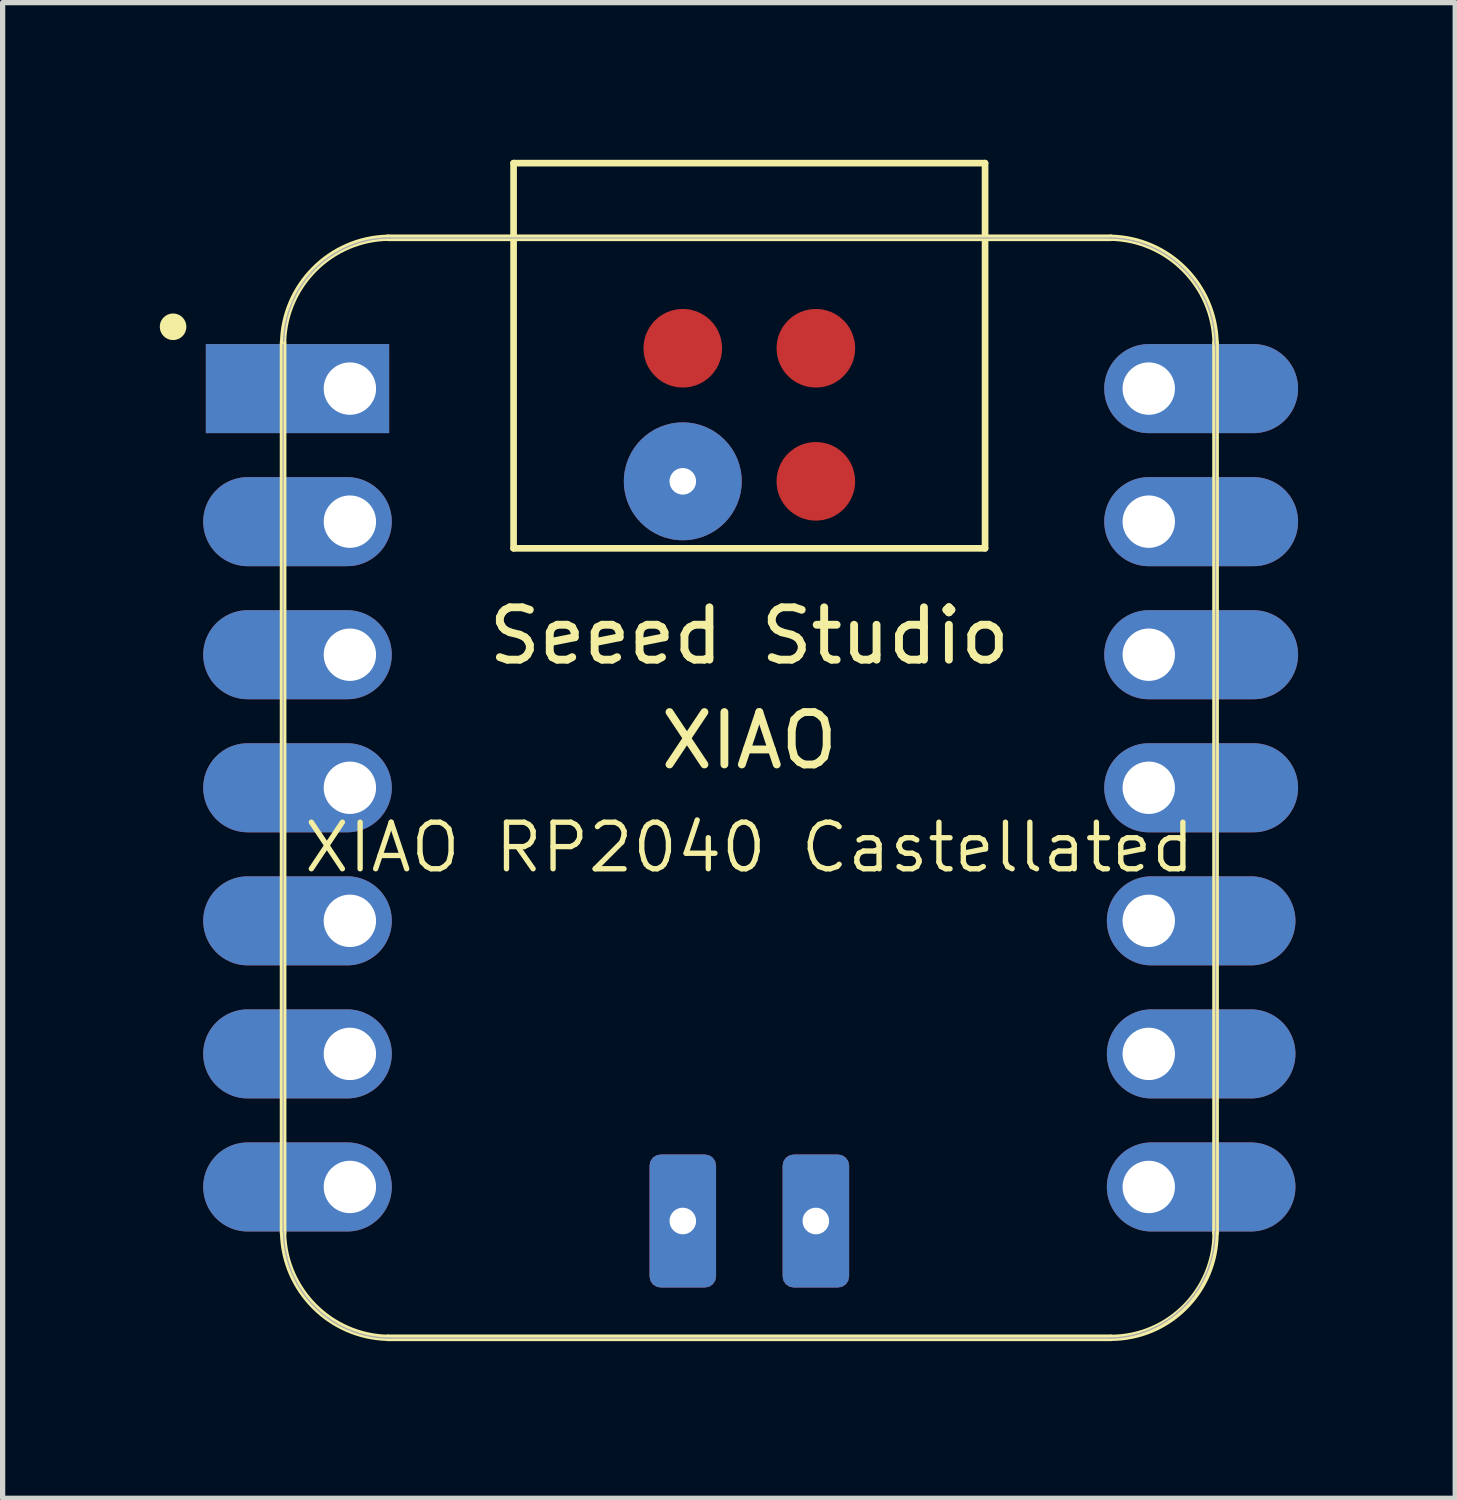
<source format=kicad_pcb>
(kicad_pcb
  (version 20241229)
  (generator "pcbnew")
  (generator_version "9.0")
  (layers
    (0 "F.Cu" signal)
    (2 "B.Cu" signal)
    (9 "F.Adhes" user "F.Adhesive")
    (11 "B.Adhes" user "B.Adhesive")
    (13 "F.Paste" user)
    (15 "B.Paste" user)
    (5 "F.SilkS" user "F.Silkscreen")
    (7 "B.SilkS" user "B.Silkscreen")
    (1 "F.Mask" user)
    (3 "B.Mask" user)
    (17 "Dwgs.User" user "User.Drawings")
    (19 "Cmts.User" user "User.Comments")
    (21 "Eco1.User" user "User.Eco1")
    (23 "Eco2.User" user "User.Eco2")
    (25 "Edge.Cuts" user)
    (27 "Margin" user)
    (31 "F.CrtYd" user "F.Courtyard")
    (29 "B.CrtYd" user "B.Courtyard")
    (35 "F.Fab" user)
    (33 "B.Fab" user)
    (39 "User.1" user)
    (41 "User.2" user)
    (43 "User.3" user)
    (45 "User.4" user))
  (footprint "XIAO RP2040 Castellated"
    (layer "F.Cu")
    (at 11.254 11.988)
    (property "Reference" "XIAO RP2040 Castellated" (at 0 1.14 0) (layer "F.SilkS") (effects (font (size 0.889 0.889) (thickness 0.102))))
    (attr smd)
    (fp_line (start -8.9 -8.5) (end -8.9 8.5) (stroke (width 0.127) (type solid)) (layer "F.SilkS"))
    (fp_line (start -6.9 10.5) (end 6.9 10.5) (stroke (width 0.127) (type solid)) (layer "F.SilkS"))
    (fp_line (start -4.5 -11.924) (end 4.5 -11.924) (stroke (width 0.127) (type solid)) (layer "F.SilkS"))
    (fp_line (start -4.5 -4.571) (end -4.5 -11.924) (stroke (width 0.127) (type solid)) (layer "F.SilkS"))
    (fp_line (start 4.5 -11.924) (end 4.5 -4.571) (stroke (width 0.127) (type solid)) (layer "F.SilkS"))
    (fp_line (start 4.5 -4.571) (end -4.5 -4.571) (stroke (width 0.127) (type solid)) (layer "F.SilkS"))
    (fp_line (start 6.9 -10.499) (end -6.9 -10.499) (stroke (width 0.127) (type solid)) (layer "F.SilkS"))
    (fp_line (start 8.9 8.5) (end 8.9 -8.5) (stroke (width 0.127) (type solid)) (layer "F.SilkS"))
    (fp_arc (start -8.9 -8.5) (mid -8.301491 -9.901491) (end -6.9 -10.5) (stroke (width 0.12) (type solid)) (layer "F.SilkS"))
    (fp_arc (start -6.9 10.5) (mid -8.301423 9.901423) (end -8.9 8.5) (stroke (width 0.12) (type solid)) (layer "F.SilkS"))
    (fp_arc (start 6.9 -10.5) (mid 8.301491 -9.901491) (end 8.9 -8.5) (stroke (width 0.12) (type solid)) (layer "F.SilkS"))
    (fp_arc (start 8.9 8.5) (mid 8.314214 9.914214) (end 6.9 10.5) (stroke (width 0.12) (type solid)) (layer "F.SilkS"))
    (fp_circle (center -11 -8.8) (end -11 -9.054) (stroke (width 0) (type solid)) (fill yes) (layer "F.SilkS"))
    (fp_poly (pts (xy -8.888 -8.562) (xy -8.885 -8.61) (xy -8.881 -8.659)) (stroke (width 0.025) (type solid)) (fill no) (layer "F.SilkS"))
    (fp_poly (pts (xy 8.889 8.522) (xy 8.888 8.571) (xy 8.885 8.62) (xy 8.881 8.669) (xy 8.875 8.717) (xy 8.869 8.766) (xy 8.861 8.815) (xy 8.852 8.863) (xy 8.842 8.911)) (stroke (width 0.025) (type solid)) (fill no) (layer "F.SilkS"))
    (fp_line (start -8.9 -8.463) (end -8.9 8.473) (stroke (width 0.025) (type solid)) (layer "F.Fab"))
    (fp_line (start -8.89 8.473) (end -8.889 8.522) (stroke (width 0.025) (type solid)) (layer "F.Fab"))
    (fp_line (start -8.889 8.522) (end -8.888 8.571) (stroke (width 0.025) (type solid)) (layer "F.Fab"))
    (fp_line (start -8.888 -8.562) (end -8.889 -8.512) (stroke (width 0.025) (type solid)) (layer "F.Fab"))
    (fp_line (start -8.888 8.571) (end -8.885 8.62) (stroke (width 0.025) (type solid)) (layer "F.Fab"))
    (fp_line (start -8.885 -8.61) (end -8.888 -8.562) (stroke (width 0.025) (type solid)) (layer "F.Fab"))
    (fp_line (start -8.885 8.62) (end -8.881 8.669) (stroke (width 0.025) (type solid)) (layer "F.Fab"))
    (fp_line (start -8.881 -8.659) (end -8.885 -8.61) (stroke (width 0.025) (type solid)) (layer "F.Fab"))
    (fp_line (start -8.881 8.669) (end -8.875 8.717) (stroke (width 0.025) (type solid)) (layer "F.Fab"))
    (fp_line (start -8.875 -8.708) (end -8.881 -8.659) (stroke (width 0.025) (type solid)) (layer "F.Fab"))
    (fp_line (start -8.875 8.717) (end -8.869 8.766) (stroke (width 0.025) (type solid)) (layer "F.Fab"))
    (fp_line (start -8.869 -8.757) (end -8.875 -8.708) (stroke (width 0.025) (type solid)) (layer "F.Fab"))
    (fp_line (start -8.869 8.766) (end -8.861 8.815) (stroke (width 0.025) (type solid)) (layer "F.Fab"))
    (fp_line (start -8.861 -8.806) (end -8.869 -8.757) (stroke (width 0.025) (type solid)) (layer "F.Fab"))
    (fp_line (start -8.861 8.815) (end -8.852 8.863) (stroke (width 0.025) (type solid)) (layer "F.Fab"))
    (fp_line (start -8.852 -8.854) (end -8.861 -8.806) (stroke (width 0.025) (type solid)) (layer "F.Fab"))
    (fp_line (start -8.852 8.863) (end -8.842 8.911) (stroke (width 0.025) (type solid)) (layer "F.Fab"))
    (fp_line (start -8.842 -8.902) (end -8.852 -8.854) (stroke (width 0.025) (type solid)) (layer "F.Fab"))
    (fp_line (start -8.842 8.911) (end -8.831 8.959) (stroke (width 0.025) (type solid)) (layer "F.Fab"))
    (fp_line (start -8.831 -8.95) (end -8.842 -8.902) (stroke (width 0.025) (type solid)) (layer "F.Fab"))
    (fp_line (start -8.831 8.959) (end -8.819 9.006) (stroke (width 0.025) (type solid)) (layer "F.Fab"))
    (fp_line (start -8.819 -8.997) (end -8.831 -8.95) (stroke (width 0.025) (type solid)) (layer "F.Fab"))
    (fp_line (start -8.819 9.006) (end -8.805 9.054) (stroke (width 0.025) (type solid)) (layer "F.Fab"))
    (fp_line (start -8.805 -9.045) (end -8.819 -8.997) (stroke (width 0.025) (type solid)) (layer "F.Fab"))
    (fp_line (start -8.805 9.054) (end -8.79 9.1) (stroke (width 0.025) (type solid)) (layer "F.Fab"))
    (fp_line (start -8.79 -9.091) (end -8.805 -9.045) (stroke (width 0.025) (type solid)) (layer "F.Fab"))
    (fp_line (start -8.79 9.1) (end -8.775 9.147) (stroke (width 0.025) (type solid)) (layer "F.Fab"))
    (fp_line (start -8.775 -9.138) (end -8.79 -9.091) (stroke (width 0.025) (type solid)) (layer "F.Fab"))
    (fp_line (start -8.775 9.147) (end -8.758 9.193) (stroke (width 0.025) (type solid)) (layer "F.Fab"))
    (fp_line (start -8.758 -9.184) (end -8.775 -9.138) (stroke (width 0.025) (type solid)) (layer "F.Fab"))
    (fp_line (start -8.758 9.193) (end -8.74 9.239) (stroke (width 0.025) (type solid)) (layer "F.Fab"))
    (fp_line (start -8.74 -9.23) (end -8.758 -9.184) (stroke (width 0.025) (type solid)) (layer "F.Fab"))
    (fp_line (start -8.74 9.239) (end -8.721 9.284) (stroke (width 0.025) (type solid)) (layer "F.Fab"))
    (fp_line (start -8.721 -9.275) (end -8.74 -9.23) (stroke (width 0.025) (type solid)) (layer "F.Fab"))
    (fp_line (start -8.721 9.284) (end -8.701 9.329) (stroke (width 0.025) (type solid)) (layer "F.Fab"))
    (fp_line (start -8.701 -9.32) (end -8.721 -9.275) (stroke (width 0.025) (type solid)) (layer "F.Fab"))
    (fp_line (start -8.701 9.329) (end -8.679 9.373) (stroke (width 0.025) (type solid)) (layer "F.Fab"))
    (fp_line (start -8.679 -9.364) (end -8.701 -9.32) (stroke (width 0.025) (type solid)) (layer "F.Fab"))
    (fp_line (start -8.679 9.373) (end -8.657 9.417) (stroke (width 0.025) (type solid)) (layer "F.Fab"))
    (fp_line (start -8.657 -9.408) (end -8.679 -9.364) (stroke (width 0.025) (type solid)) (layer "F.Fab"))
    (fp_line (start -8.657 9.417) (end -8.634 9.46) (stroke (width 0.025) (type solid)) (layer "F.Fab"))
    (fp_line (start -8.634 -9.451) (end -8.657 -9.408) (stroke (width 0.025) (type solid)) (layer "F.Fab"))
    (fp_line (start -8.634 9.46) (end -8.61 9.503) (stroke (width 0.025) (type solid)) (layer "F.Fab"))
    (fp_line (start -8.61 -9.494) (end -8.634 -9.451) (stroke (width 0.025) (type solid)) (layer "F.Fab"))
    (fp_line (start -8.61 9.503) (end -8.584 9.545) (stroke (width 0.025) (type solid)) (layer "F.Fab"))
    (fp_line (start -8.584 -9.536) (end -8.61 -9.494) (stroke (width 0.025) (type solid)) (layer "F.Fab"))
    (fp_line (start -8.584 9.545) (end -8.558 9.586) (stroke (width 0.025) (type solid)) (layer "F.Fab"))
    (fp_line (start -8.558 -9.577) (end -8.584 -9.536) (stroke (width 0.025) (type solid)) (layer "F.Fab"))
    (fp_line (start -8.558 9.586) (end -8.53 9.627) (stroke (width 0.025) (type solid)) (layer "F.Fab"))
    (fp_line (start -8.53 -9.618) (end -8.558 -9.577) (stroke (width 0.025) (type solid)) (layer "F.Fab"))
    (fp_line (start -8.53 9.627) (end -8.502 9.667) (stroke (width 0.025) (type solid)) (layer "F.Fab"))
    (fp_line (start -8.502 -9.658) (end -8.53 -9.618) (stroke (width 0.025) (type solid)) (layer "F.Fab"))
    (fp_line (start -8.502 9.667) (end -8.473 9.706) (stroke (width 0.025) (type solid)) (layer "F.Fab"))
    (fp_line (start -8.473 -9.697) (end -8.502 -9.658) (stroke (width 0.025) (type solid)) (layer "F.Fab"))
    (fp_line (start -8.473 9.706) (end -8.442 9.745) (stroke (width 0.025) (type solid)) (layer "F.Fab"))
    (fp_line (start -8.442 -9.736) (end -8.473 -9.697) (stroke (width 0.025) (type solid)) (layer "F.Fab"))
    (fp_line (start -8.442 9.745) (end -8.411 9.783) (stroke (width 0.025) (type solid)) (layer "F.Fab"))
    (fp_line (start -8.411 -9.774) (end -8.442 -9.736) (stroke (width 0.025) (type solid)) (layer "F.Fab"))
    (fp_line (start -8.411 9.783) (end -8.379 9.82) (stroke (width 0.025) (type solid)) (layer "F.Fab"))
    (fp_line (start -8.379 -9.811) (end -8.411 -9.774) (stroke (width 0.025) (type solid)) (layer "F.Fab"))
    (fp_line (start -8.379 9.82) (end -8.346 9.856) (stroke (width 0.025) (type solid)) (layer "F.Fab"))
    (fp_line (start -8.346 -9.847) (end -8.379 -9.811) (stroke (width 0.025) (type solid)) (layer "F.Fab"))
    (fp_line (start -8.346 9.856) (end -8.312 9.892) (stroke (width 0.025) (type solid)) (layer "F.Fab"))
    (fp_line (start -8.312 -9.883) (end -8.346 -9.847) (stroke (width 0.025) (type solid)) (layer "F.Fab"))
    (fp_line (start -8.312 9.892) (end -8.277 9.927) (stroke (width 0.025) (type solid)) (layer "F.Fab"))
    (fp_line (start -8.277 -9.918) (end -8.312 -9.883) (stroke (width 0.025) (type solid)) (layer "F.Fab"))
    (fp_line (start -8.277 9.927) (end -8.242 9.96) (stroke (width 0.025) (type solid)) (layer "F.Fab"))
    (fp_line (start -8.242 -9.951) (end -8.277 -9.918) (stroke (width 0.025) (type solid)) (layer "F.Fab"))
    (fp_line (start -8.242 9.96) (end -8.205 9.994) (stroke (width 0.025) (type solid)) (layer "F.Fab"))
    (fp_line (start -8.205 -9.984) (end -8.242 -9.951) (stroke (width 0.025) (type solid)) (layer "F.Fab"))
    (fp_line (start -8.205 9.994) (end -8.168 10.026) (stroke (width 0.025) (type solid)) (layer "F.Fab"))
    (fp_line (start -8.168 -10.017) (end -8.205 -9.984) (stroke (width 0.025) (type solid)) (layer "F.Fab"))
    (fp_line (start -8.168 10.026) (end -8.13 10.057) (stroke (width 0.025) (type solid)) (layer "F.Fab"))
    (fp_line (start -8.13 -10.048) (end -8.168 -10.017) (stroke (width 0.025) (type solid)) (layer "F.Fab"))
    (fp_line (start -8.13 10.057) (end -8.092 10.087) (stroke (width 0.025) (type solid)) (layer "F.Fab"))
    (fp_line (start -8.092 -10.078) (end -8.13 -10.048) (stroke (width 0.025) (type solid)) (layer "F.Fab"))
    (fp_line (start -8.092 10.087) (end -8.052 10.116) (stroke (width 0.025) (type solid)) (layer "F.Fab"))
    (fp_line (start -8.052 -10.107) (end -8.092 -10.078) (stroke (width 0.025) (type solid)) (layer "F.Fab"))
    (fp_line (start -8.052 10.116) (end -8.012 10.145) (stroke (width 0.025) (type solid)) (layer "F.Fab"))
    (fp_line (start -8.012 -10.136) (end -8.052 -10.107) (stroke (width 0.025) (type solid)) (layer "F.Fab"))
    (fp_line (start -8.012 10.145) (end -7.972 10.172) (stroke (width 0.025) (type solid)) (layer "F.Fab"))
    (fp_line (start -7.972 -10.163) (end -8.012 -10.136) (stroke (width 0.025) (type solid)) (layer "F.Fab"))
    (fp_line (start -7.972 10.172) (end -7.93 10.199) (stroke (width 0.025) (type solid)) (layer "F.Fab"))
    (fp_line (start -7.93 -10.19) (end -7.972 -10.163) (stroke (width 0.025) (type solid)) (layer "F.Fab"))
    (fp_line (start -7.93 10.199) (end -7.888 10.224) (stroke (width 0.025) (type solid)) (layer "F.Fab"))
    (fp_line (start -7.888 -10.215) (end -7.93 -10.19) (stroke (width 0.025) (type solid)) (layer "F.Fab"))
    (fp_line (start -7.888 10.224) (end -7.846 10.249) (stroke (width 0.025) (type solid)) (layer "F.Fab"))
    (fp_line (start -7.846 -10.239) (end -7.888 -10.215) (stroke (width 0.025) (type solid)) (layer "F.Fab"))
    (fp_line (start -7.846 10.249) (end -7.802 10.272) (stroke (width 0.025) (type solid)) (layer "F.Fab"))
    (fp_line (start -7.802 -10.263) (end -7.846 -10.239) (stroke (width 0.025) (type solid)) (layer "F.Fab"))
    (fp_line (start -7.802 10.272) (end -7.759 10.294) (stroke (width 0.025) (type solid)) (layer "F.Fab"))
    (fp_line (start -7.759 -10.285) (end -7.802 -10.263) (stroke (width 0.025) (type solid)) (layer "F.Fab"))
    (fp_line (start -7.759 10.294) (end -7.714 10.315) (stroke (width 0.025) (type solid)) (layer "F.Fab"))
    (fp_line (start -7.714 -10.306) (end -7.759 -10.285) (stroke (width 0.025) (type solid)) (layer "F.Fab"))
    (fp_line (start -7.714 10.315) (end -7.67 10.335) (stroke (width 0.025) (type solid)) (layer "F.Fab"))
    (fp_line (start -7.67 -10.326) (end -7.714 -10.306) (stroke (width 0.025) (type solid)) (layer "F.Fab"))
    (fp_line (start -7.67 10.335) (end -7.624 10.354) (stroke (width 0.025) (type solid)) (layer "F.Fab"))
    (fp_line (start -7.624 -10.345) (end -7.67 -10.326) (stroke (width 0.025) (type solid)) (layer "F.Fab"))
    (fp_line (start -7.624 10.354) (end -7.579 10.372) (stroke (width 0.025) (type solid)) (layer "F.Fab"))
    (fp_line (start -7.579 -10.363) (end -7.624 -10.345) (stroke (width 0.025) (type solid)) (layer "F.Fab"))
    (fp_line (start -7.579 10.372) (end -7.532 10.389) (stroke (width 0.025) (type solid)) (layer "F.Fab"))
    (fp_line (start -7.532 -10.38) (end -7.579 -10.363) (stroke (width 0.025) (type solid)) (layer "F.Fab"))
    (fp_line (start -7.532 10.389) (end -7.486 10.405) (stroke (width 0.025) (type solid)) (layer "F.Fab"))
    (fp_line (start -7.486 -10.396) (end -7.532 -10.38) (stroke (width 0.025) (type solid)) (layer "F.Fab"))
    (fp_line (start -7.486 10.405) (end -7.439 10.42) (stroke (width 0.025) (type solid)) (layer "F.Fab"))
    (fp_line (start -7.439 -10.411) (end -7.486 -10.396) (stroke (width 0.025) (type solid)) (layer "F.Fab"))
    (fp_line (start -7.439 10.42) (end -7.392 10.433) (stroke (width 0.025) (type solid)) (layer "F.Fab"))
    (fp_line (start -7.392 -10.424) (end -7.439 -10.411) (stroke (width 0.025) (type solid)) (layer "F.Fab"))
    (fp_line (start -7.392 10.433) (end -7.344 10.446) (stroke (width 0.025) (type solid)) (layer "F.Fab"))
    (fp_line (start -7.344 -10.436) (end -7.392 -10.424) (stroke (width 0.025) (type solid)) (layer "F.Fab"))
    (fp_line (start -7.344 10.446) (end -7.296 10.457) (stroke (width 0.025) (type solid)) (layer "F.Fab"))
    (fp_line (start -7.296 -10.448) (end -7.344 -10.436) (stroke (width 0.025) (type solid)) (layer "F.Fab"))
    (fp_line (start -7.296 10.457) (end -7.248 10.467) (stroke (width 0.025) (type solid)) (layer "F.Fab"))
    (fp_line (start -7.248 -10.458) (end -7.296 -10.448) (stroke (width 0.025) (type solid)) (layer "F.Fab"))
    (fp_line (start -7.248 10.467) (end -7.2 10.476) (stroke (width 0.025) (type solid)) (layer "F.Fab"))
    (fp_line (start -7.2 -10.466) (end -7.248 -10.458) (stroke (width 0.025) (type solid)) (layer "F.Fab"))
    (fp_line (start -7.2 10.476) (end -7.152 10.483) (stroke (width 0.025) (type solid)) (layer "F.Fab"))
    (fp_line (start -7.152 -10.474) (end -7.2 -10.466) (stroke (width 0.025) (type solid)) (layer "F.Fab"))
    (fp_line (start -7.152 10.483) (end -7.103 10.49) (stroke (width 0.025) (type solid)) (layer "F.Fab"))
    (fp_line (start -7.103 -10.481) (end -7.152 -10.474) (stroke (width 0.025) (type solid)) (layer "F.Fab"))
    (fp_line (start -7.103 10.49) (end -7.054 10.495) (stroke (width 0.025) (type solid)) (layer "F.Fab"))
    (fp_line (start -7.054 -10.486) (end -7.103 -10.481) (stroke (width 0.025) (type solid)) (layer "F.Fab"))
    (fp_line (start -7.054 10.495) (end -7.005 10.499) (stroke (width 0.025) (type solid)) (layer "F.Fab"))
    (fp_line (start -7.005 -10.49) (end -7.054 -10.486) (stroke (width 0.025) (type solid)) (layer "F.Fab"))
    (fp_line (start -7.005 10.499) (end -6.956 10.502) (stroke (width 0.025) (type solid)) (layer "F.Fab"))
    (fp_line (start -6.956 -10.493) (end -7.005 -10.49) (stroke (width 0.025) (type solid)) (layer "F.Fab"))
    (fp_line (start -6.956 10.502) (end -6.907 10.504) (stroke (width 0.025) (type solid)) (layer "F.Fab"))
    (fp_line (start -6.907 -10.495) (end -6.956 -10.493) (stroke (width 0.025) (type solid)) (layer "F.Fab"))
    (fp_line (start -6.907 10.504) (end -6.858 10.505) (stroke (width 0.025) (type solid)) (layer "F.Fab"))
    (fp_line (start -6.858 -10.495) (end -6.907 -10.495) (stroke (width 0.025) (type solid)) (layer "F.Fab"))
    (fp_line (start -6.858 10.505) (end 6.858 10.505) (stroke (width 0.025) (type solid)) (layer "F.Fab"))
    (fp_line (start 6.858 -10.495) (end -6.858 -10.495) (stroke (width 0.025) (type solid)) (layer "F.Fab"))
    (fp_line (start 6.858 10.505) (end 6.907 10.504) (stroke (width 0.025) (type solid)) (layer "F.Fab"))
    (fp_line (start 6.907 -10.495) (end 6.858 -10.495) (stroke (width 0.025) (type solid)) (layer "F.Fab"))
    (fp_line (start 6.907 10.504) (end 6.956 10.502) (stroke (width 0.025) (type solid)) (layer "F.Fab"))
    (fp_line (start 6.956 -10.493) (end 6.907 -10.495) (stroke (width 0.025) (type solid)) (layer "F.Fab"))
    (fp_line (start 6.956 10.502) (end 7.005 10.499) (stroke (width 0.025) (type solid)) (layer "F.Fab"))
    (fp_line (start 7.005 -10.49) (end 6.956 -10.493) (stroke (width 0.025) (type solid)) (layer "F.Fab"))
    (fp_line (start 7.005 10.499) (end 7.054 10.495) (stroke (width 0.025) (type solid)) (layer "F.Fab"))
    (fp_line (start 7.054 -10.486) (end 7.005 -10.49) (stroke (width 0.025) (type solid)) (layer "F.Fab"))
    (fp_line (start 7.054 10.495) (end 7.103 10.49) (stroke (width 0.025) (type solid)) (layer "F.Fab"))
    (fp_line (start 7.103 -10.481) (end 7.054 -10.486) (stroke (width 0.025) (type solid)) (layer "F.Fab"))
    (fp_line (start 7.103 10.49) (end 7.152 10.483) (stroke (width 0.025) (type solid)) (layer "F.Fab"))
    (fp_line (start 7.152 -10.474) (end 7.103 -10.481) (stroke (width 0.025) (type solid)) (layer "F.Fab"))
    (fp_line (start 7.152 10.483) (end 7.2 10.476) (stroke (width 0.025) (type solid)) (layer "F.Fab"))
    (fp_line (start 7.2 -10.466) (end 7.152 -10.474) (stroke (width 0.025) (type solid)) (layer "F.Fab"))
    (fp_line (start 7.2 10.476) (end 7.248 10.467) (stroke (width 0.025) (type solid)) (layer "F.Fab"))
    (fp_line (start 7.248 -10.458) (end 7.2 -10.466) (stroke (width 0.025) (type solid)) (layer "F.Fab"))
    (fp_line (start 7.248 10.467) (end 7.296 10.457) (stroke (width 0.025) (type solid)) (layer "F.Fab"))
    (fp_line (start 7.296 -10.448) (end 7.248 -10.458) (stroke (width 0.025) (type solid)) (layer "F.Fab"))
    (fp_line (start 7.296 10.457) (end 7.344 10.446) (stroke (width 0.025) (type solid)) (layer "F.Fab"))
    (fp_line (start 7.344 -10.436) (end 7.296 -10.448) (stroke (width 0.025) (type solid)) (layer "F.Fab"))
    (fp_line (start 7.344 10.446) (end 7.392 10.433) (stroke (width 0.025) (type solid)) (layer "F.Fab"))
    (fp_line (start 7.392 -10.424) (end 7.344 -10.436) (stroke (width 0.025) (type solid)) (layer "F.Fab"))
    (fp_line (start 7.392 10.433) (end 7.439 10.42) (stroke (width 0.025) (type solid)) (layer "F.Fab"))
    (fp_line (start 7.439 -10.411) (end 7.392 -10.424) (stroke (width 0.025) (type solid)) (layer "F.Fab"))
    (fp_line (start 7.439 10.42) (end 7.486 10.405) (stroke (width 0.025) (type solid)) (layer "F.Fab"))
    (fp_line (start 7.486 -10.396) (end 7.439 -10.411) (stroke (width 0.025) (type solid)) (layer "F.Fab"))
    (fp_line (start 7.486 10.405) (end 7.532 10.389) (stroke (width 0.025) (type solid)) (layer "F.Fab"))
    (fp_line (start 7.532 -10.38) (end 7.486 -10.396) (stroke (width 0.025) (type solid)) (layer "F.Fab"))
    (fp_line (start 7.532 10.389) (end 7.579 10.372) (stroke (width 0.025) (type solid)) (layer "F.Fab"))
    (fp_line (start 7.579 -10.363) (end 7.532 -10.38) (stroke (width 0.025) (type solid)) (layer "F.Fab"))
    (fp_line (start 7.579 10.372) (end 7.624 10.354) (stroke (width 0.025) (type solid)) (layer "F.Fab"))
    (fp_line (start 7.624 -10.345) (end 7.579 -10.363) (stroke (width 0.025) (type solid)) (layer "F.Fab"))
    (fp_line (start 7.624 10.354) (end 7.67 10.335) (stroke (width 0.025) (type solid)) (layer "F.Fab"))
    (fp_line (start 7.67 -10.326) (end 7.624 -10.345) (stroke (width 0.025) (type solid)) (layer "F.Fab"))
    (fp_line (start 7.67 10.335) (end 7.714 10.315) (stroke (width 0.025) (type solid)) (layer "F.Fab"))
    (fp_line (start 7.714 -10.306) (end 7.67 -10.326) (stroke (width 0.025) (type solid)) (layer "F.Fab"))
    (fp_line (start 7.714 10.315) (end 7.759 10.294) (stroke (width 0.025) (type solid)) (layer "F.Fab"))
    (fp_line (start 7.759 -10.285) (end 7.714 -10.306) (stroke (width 0.025) (type solid)) (layer "F.Fab"))
    (fp_line (start 7.759 10.294) (end 7.802 10.272) (stroke (width 0.025) (type solid)) (layer "F.Fab"))
    (fp_line (start 7.802 -10.263) (end 7.759 -10.285) (stroke (width 0.025) (type solid)) (layer "F.Fab"))
    (fp_line (start 7.802 10.272) (end 7.846 10.249) (stroke (width 0.025) (type solid)) (layer "F.Fab"))
    (fp_line (start 7.846 -10.239) (end 7.802 -10.263) (stroke (width 0.025) (type solid)) (layer "F.Fab"))
    (fp_line (start 7.846 10.249) (end 7.888 10.224) (stroke (width 0.025) (type solid)) (layer "F.Fab"))
    (fp_line (start 7.888 -10.215) (end 7.846 -10.239) (stroke (width 0.025) (type solid)) (layer "F.Fab"))
    (fp_line (start 7.888 10.224) (end 7.93 10.199) (stroke (width 0.025) (type solid)) (layer "F.Fab"))
    (fp_line (start 7.93 -10.19) (end 7.888 -10.215) (stroke (width 0.025) (type solid)) (layer "F.Fab"))
    (fp_line (start 7.93 10.199) (end 7.972 10.172) (stroke (width 0.025) (type solid)) (layer "F.Fab"))
    (fp_line (start 7.972 -10.163) (end 7.93 -10.19) (stroke (width 0.025) (type solid)) (layer "F.Fab"))
    (fp_line (start 7.972 10.172) (end 8.012 10.145) (stroke (width 0.025) (type solid)) (layer "F.Fab"))
    (fp_line (start 8.012 -10.136) (end 7.972 -10.163) (stroke (width 0.025) (type solid)) (layer "F.Fab"))
    (fp_line (start 8.012 10.145) (end 8.052 10.116) (stroke (width 0.025) (type solid)) (layer "F.Fab"))
    (fp_line (start 8.052 -10.107) (end 8.012 -10.136) (stroke (width 0.025) (type solid)) (layer "F.Fab"))
    (fp_line (start 8.052 10.116) (end 8.092 10.087) (stroke (width 0.025) (type solid)) (layer "F.Fab"))
    (fp_line (start 8.092 -10.078) (end 8.052 -10.107) (stroke (width 0.025) (type solid)) (layer "F.Fab"))
    (fp_line (start 8.092 10.087) (end 8.13 10.057) (stroke (width 0.025) (type solid)) (layer "F.Fab"))
    (fp_line (start 8.13 -10.048) (end 8.092 -10.078) (stroke (width 0.025) (type solid)) (layer "F.Fab"))
    (fp_line (start 8.13 10.057) (end 8.168 10.026) (stroke (width 0.025) (type solid)) (layer "F.Fab"))
    (fp_line (start 8.168 -10.017) (end 8.13 -10.048) (stroke (width 0.025) (type solid)) (layer "F.Fab"))
    (fp_line (start 8.168 10.026) (end 8.205 9.994) (stroke (width 0.025) (type solid)) (layer "F.Fab"))
    (fp_line (start 8.205 -9.984) (end 8.168 -10.017) (stroke (width 0.025) (type solid)) (layer "F.Fab"))
    (fp_line (start 8.205 9.994) (end 8.242 9.96) (stroke (width 0.025) (type solid)) (layer "F.Fab"))
    (fp_line (start 8.242 -9.951) (end 8.205 -9.984) (stroke (width 0.025) (type solid)) (layer "F.Fab"))
    (fp_line (start 8.242 9.96) (end 8.277 9.927) (stroke (width 0.025) (type solid)) (layer "F.Fab"))
    (fp_line (start 8.277 -9.918) (end 8.242 -9.951) (stroke (width 0.025) (type solid)) (layer "F.Fab"))
    (fp_line (start 8.277 9.927) (end 8.312 9.892) (stroke (width 0.025) (type solid)) (layer "F.Fab"))
    (fp_line (start 8.312 -9.883) (end 8.277 -9.918) (stroke (width 0.025) (type solid)) (layer "F.Fab"))
    (fp_line (start 8.312 9.892) (end 8.346 9.856) (stroke (width 0.025) (type solid)) (layer "F.Fab"))
    (fp_line (start 8.346 -9.847) (end 8.312 -9.883) (stroke (width 0.025) (type solid)) (layer "F.Fab"))
    (fp_line (start 8.346 9.856) (end 8.379 9.82) (stroke (width 0.025) (type solid)) (layer "F.Fab"))
    (fp_line (start 8.379 -9.811) (end 8.346 -9.847) (stroke (width 0.025) (type solid)) (layer "F.Fab"))
    (fp_line (start 8.379 9.82) (end 8.411 9.783) (stroke (width 0.025) (type solid)) (layer "F.Fab"))
    (fp_line (start 8.411 -9.774) (end 8.379 -9.811) (stroke (width 0.025) (type solid)) (layer "F.Fab"))
    (fp_line (start 8.411 9.783) (end 8.442 9.745) (stroke (width 0.025) (type solid)) (layer "F.Fab"))
    (fp_line (start 8.442 -9.736) (end 8.411 -9.774) (stroke (width 0.025) (type solid)) (layer "F.Fab"))
    (fp_line (start 8.442 9.745) (end 8.473 9.706) (stroke (width 0.025) (type solid)) (layer "F.Fab"))
    (fp_line (start 8.473 -9.697) (end 8.442 -9.736) (stroke (width 0.025) (type solid)) (layer "F.Fab"))
    (fp_line (start 8.473 9.706) (end 8.502 9.667) (stroke (width 0.025) (type solid)) (layer "F.Fab"))
    (fp_line (start 8.502 -9.658) (end 8.473 -9.697) (stroke (width 0.025) (type solid)) (layer "F.Fab"))
    (fp_line (start 8.502 9.667) (end 8.53 9.627) (stroke (width 0.025) (type solid)) (layer "F.Fab"))
    (fp_line (start 8.53 -9.618) (end 8.502 -9.658) (stroke (width 0.025) (type solid)) (layer "F.Fab"))
    (fp_line (start 8.53 9.627) (end 8.558 9.586) (stroke (width 0.025) (type solid)) (layer "F.Fab"))
    (fp_line (start 8.558 -9.577) (end 8.53 -9.618) (stroke (width 0.025) (type solid)) (layer "F.Fab"))
    (fp_line (start 8.558 9.586) (end 8.584 9.545) (stroke (width 0.025) (type solid)) (layer "F.Fab"))
    (fp_line (start 8.584 -9.536) (end 8.558 -9.577) (stroke (width 0.025) (type solid)) (layer "F.Fab"))
    (fp_line (start 8.584 9.545) (end 8.61 9.503) (stroke (width 0.025) (type solid)) (layer "F.Fab"))
    (fp_line (start 8.61 -9.494) (end 8.584 -9.536) (stroke (width 0.025) (type solid)) (layer "F.Fab"))
    (fp_line (start 8.61 9.503) (end 8.634 9.46) (stroke (width 0.025) (type solid)) (layer "F.Fab"))
    (fp_line (start 8.634 -9.451) (end 8.61 -9.494) (stroke (width 0.025) (type solid)) (layer "F.Fab"))
    (fp_line (start 8.634 9.46) (end 8.657 9.417) (stroke (width 0.025) (type solid)) (layer "F.Fab"))
    (fp_line (start 8.657 -9.408) (end 8.634 -9.451) (stroke (width 0.025) (type solid)) (layer "F.Fab"))
    (fp_line (start 8.657 9.417) (end 8.679 9.373) (stroke (width 0.025) (type solid)) (layer "F.Fab"))
    (fp_line (start 8.679 -9.364) (end 8.657 -9.408) (stroke (width 0.025) (type solid)) (layer "F.Fab"))
    (fp_line (start 8.679 9.373) (end 8.701 9.329) (stroke (width 0.025) (type solid)) (layer "F.Fab"))
    (fp_line (start 8.701 -9.32) (end 8.679 -9.364) (stroke (width 0.025) (type solid)) (layer "F.Fab"))
    (fp_line (start 8.701 9.329) (end 8.721 9.284) (stroke (width 0.025) (type solid)) (layer "F.Fab"))
    (fp_line (start 8.721 -9.275) (end 8.701 -9.32) (stroke (width 0.025) (type solid)) (layer "F.Fab"))
    (fp_line (start 8.721 9.284) (end 8.74 9.239) (stroke (width 0.025) (type solid)) (layer "F.Fab"))
    (fp_line (start 8.74 -9.23) (end 8.721 -9.275) (stroke (width 0.025) (type solid)) (layer "F.Fab"))
    (fp_line (start 8.74 9.239) (end 8.758 9.193) (stroke (width 0.025) (type solid)) (layer "F.Fab"))
    (fp_line (start 8.758 -9.184) (end 8.74 -9.23) (stroke (width 0.025) (type solid)) (layer "F.Fab"))
    (fp_line (start 8.758 9.193) (end 8.775 9.147) (stroke (width 0.025) (type solid)) (layer "F.Fab"))
    (fp_line (start 8.775 -9.138) (end 8.758 -9.184) (stroke (width 0.025) (type solid)) (layer "F.Fab"))
    (fp_line (start 8.775 9.147) (end 8.79 9.1) (stroke (width 0.025) (type solid)) (layer "F.Fab"))
    (fp_line (start 8.79 -9.091) (end 8.775 -9.138) (stroke (width 0.025) (type solid)) (layer "F.Fab"))
    (fp_line (start 8.79 9.1) (end 8.805 9.054) (stroke (width 0.025) (type solid)) (layer "F.Fab"))
    (fp_line (start 8.805 -9.045) (end 8.79 -9.091) (stroke (width 0.025) (type solid)) (layer "F.Fab"))
    (fp_line (start 8.805 9.054) (end 8.819 9.006) (stroke (width 0.025) (type solid)) (layer "F.Fab"))
    (fp_line (start 8.819 -8.997) (end 8.805 -9.045) (stroke (width 0.025) (type solid)) (layer "F.Fab"))
    (fp_line (start 8.819 9.006) (end 8.831 8.959) (stroke (width 0.025) (type solid)) (layer "F.Fab"))
    (fp_line (start 8.831 -8.95) (end 8.819 -8.997) (stroke (width 0.025) (type solid)) (layer "F.Fab"))
    (fp_line (start 8.831 8.959) (end 8.842 8.911) (stroke (width 0.025) (type solid)) (layer "F.Fab"))
    (fp_line (start 8.842 -8.902) (end 8.831 -8.95) (stroke (width 0.025) (type solid)) (layer "F.Fab"))
    (fp_line (start 8.842 8.911) (end 8.852 8.863) (stroke (width 0.025) (type solid)) (layer "F.Fab"))
    (fp_line (start 8.852 -8.854) (end 8.842 -8.902) (stroke (width 0.025) (type solid)) (layer "F.Fab"))
    (fp_line (start 8.852 8.863) (end 8.861 8.815) (stroke (width 0.025) (type solid)) (layer "F.Fab"))
    (fp_line (start 8.861 -8.806) (end 8.852 -8.854) (stroke (width 0.025) (type solid)) (layer "F.Fab"))
    (fp_line (start 8.861 8.815) (end 8.869 8.766) (stroke (width 0.025) (type solid)) (layer "F.Fab"))
    (fp_line (start 8.869 -8.757) (end 8.861 -8.806) (stroke (width 0.025) (type solid)) (layer "F.Fab"))
    (fp_line (start 8.869 8.766) (end 8.875 8.717) (stroke (width 0.025) (type solid)) (layer "F.Fab"))
    (fp_line (start 8.875 -8.708) (end 8.869 -8.757) (stroke (width 0.025) (type solid)) (layer "F.Fab"))
    (fp_line (start 8.875 8.717) (end 8.881 8.669) (stroke (width 0.025) (type solid)) (layer "F.Fab"))
    (fp_line (start 8.881 -8.659) (end 8.875 -8.708) (stroke (width 0.025) (type solid)) (layer "F.Fab"))
    (fp_line (start 8.881 8.669) (end 8.885 8.62) (stroke (width 0.025) (type solid)) (layer "F.Fab"))
    (fp_line (start 8.885 -8.61) (end 8.881 -8.659) (stroke (width 0.025) (type solid)) (layer "F.Fab"))
    (fp_line (start 8.885 8.62) (end 8.888 8.571) (stroke (width 0.025) (type solid)) (layer "F.Fab"))
    (fp_line (start 8.888 -8.562) (end 8.885 -8.61) (stroke (width 0.025) (type solid)) (layer "F.Fab"))
    (fp_line (start 8.888 8.571) (end 8.889 8.522) (stroke (width 0.025) (type solid)) (layer "F.Fab"))
    (fp_line (start 8.889 -8.512) (end 8.888 -8.562) (stroke (width 0.025) (type solid)) (layer "F.Fab"))
    (fp_line (start 8.889 8.522) (end 8.89 8.473) (stroke (width 0.025) (type solid)) (layer "F.Fab"))
    (fp_line (start 8.89 -8.463) (end 8.889 -8.512) (stroke (width 0.025) (type solid)) (layer "F.Fab"))
    (fp_line (start 8.9 8.473) (end 8.9 -8.463) (stroke (width 0.025) (type solid)) (layer "F.Fab"))
    (fp_text user "Seeed Studio" (at 0 -2.9 0) (unlocked yes) (layer "F.SilkS") (effects (font (size 1 1) (thickness 0.15))))
    (fp_text user "XIAO" (at 0 -0.9 0) (unlocked yes) (layer "F.SilkS") (effects (font (size 1 1) (thickness 0.15))))
    (pad "1" thru_hole rect (at -7.625 -7.62) (size 3.5 1.7) (drill 1 (offset -1 0)) (layers "*.Cu" "*.Mask"))
    (pad "2" thru_hole oval (at -7.625 -5.08) (size 3.6 1.7) (drill 1 (offset -1 0)) (layers "*.Cu" "*.Mask"))
    (pad "3" thru_hole oval (at -7.625 -2.54) (size 3.6 1.7) (drill 1 (offset -1 0)) (layers "*.Cu" "*.Mask"))
    (pad "4" thru_hole oval (at -7.625 0) (size 3.6 1.7) (drill 1 (offset -1 0)) (layers "*.Cu" "*.Mask"))
    (pad "5" thru_hole oval (at -7.625 2.54) (size 3.6 1.7) (drill 1 (offset -1 0)) (layers "*.Cu" "*.Mask"))
    (pad "6" thru_hole oval (at -7.625 5.08 180) (size 3.6 1.7) (drill 1 (offset 1 0)) (layers "*.Cu" "*.Mask"))
    (pad "7" thru_hole oval (at -7.625 7.62) (size 3.6 1.7) (drill 1 (offset -1 0)) (layers "*.Cu" "*.Mask"))
    (pad "8" thru_hole oval (at 7.625 7.62) (size 3.6 1.7) (drill 1 (offset 1 0)) (layers "*.Cu" "*.Mask"))
    (pad "9" thru_hole oval (at 7.625 5.08) (size 3.6 1.7) (drill 1 (offset 1 0)) (layers "*.Cu" "*.Mask"))
    (pad "10" thru_hole oval (at 7.625 2.54) (size 3.6 1.7) (drill 1 (offset 1 0)) (layers "*.Cu" "*.Mask"))
    (pad "11" thru_hole oval (at 7.625 0) (size 3.7 1.7) (drill 1 (offset 1 0)) (layers "*.Cu" "*.Mask"))
    (pad "12" thru_hole oval (at 7.625 -2.54) (size 3.7 1.7) (drill 1 (offset 1 0)) (layers "*.Cu" "*.Mask"))
    (pad "13" thru_hole oval (at 7.625 -5.08) (size 3.7 1.7) (drill 1 (offset 1 0)) (layers "*.Cu" "*.Mask"))
    (pad "14" thru_hole oval (at 7.625 -7.62) (size 3.7 1.7) (drill 1 (offset 1 0)) (layers "*.Cu" "*.Mask"))
    (pad "15" smd circle (at 1.27 -8.39) (size 1.5 1.5) (layers "F.Cu" "F.Mask" "F.Paste"))
    (pad "16" smd circle (at -1.27 -8.39) (size 1.5 1.5) (layers "F.Cu" "F.Mask" "F.Paste"))
    (pad "17" smd circle (at 1.27 -5.85) (size 1.5 1.5) (layers "F.Cu" "F.Mask" "F.Paste"))
    (pad "18" thru_hole circle (at -1.27 -5.85) (size 2.25 2.25) (drill 0.508) (layers "*.Cu" "*.Mask"))
    (pad "19" thru_hole roundrect (at 1.27 8.27) (size 1.27 2.54) (drill 0.508) (layers "*.Cu" "*.Mask") (roundrect_rratio 0.167))
    (pad "20" thru_hole roundrect (at -1.27 8.27) (size 1.27 2.54) (drill 0.508) (layers "*.Cu" "*.Mask") (roundrect_rratio 0.167)))
  (gr_rect
    (start -3 -3)
    (end 24.729 25.551)
    (stroke (width 0.1) (type default))
    (fill no)
    (layer "Edge.Cuts")))
</source>
